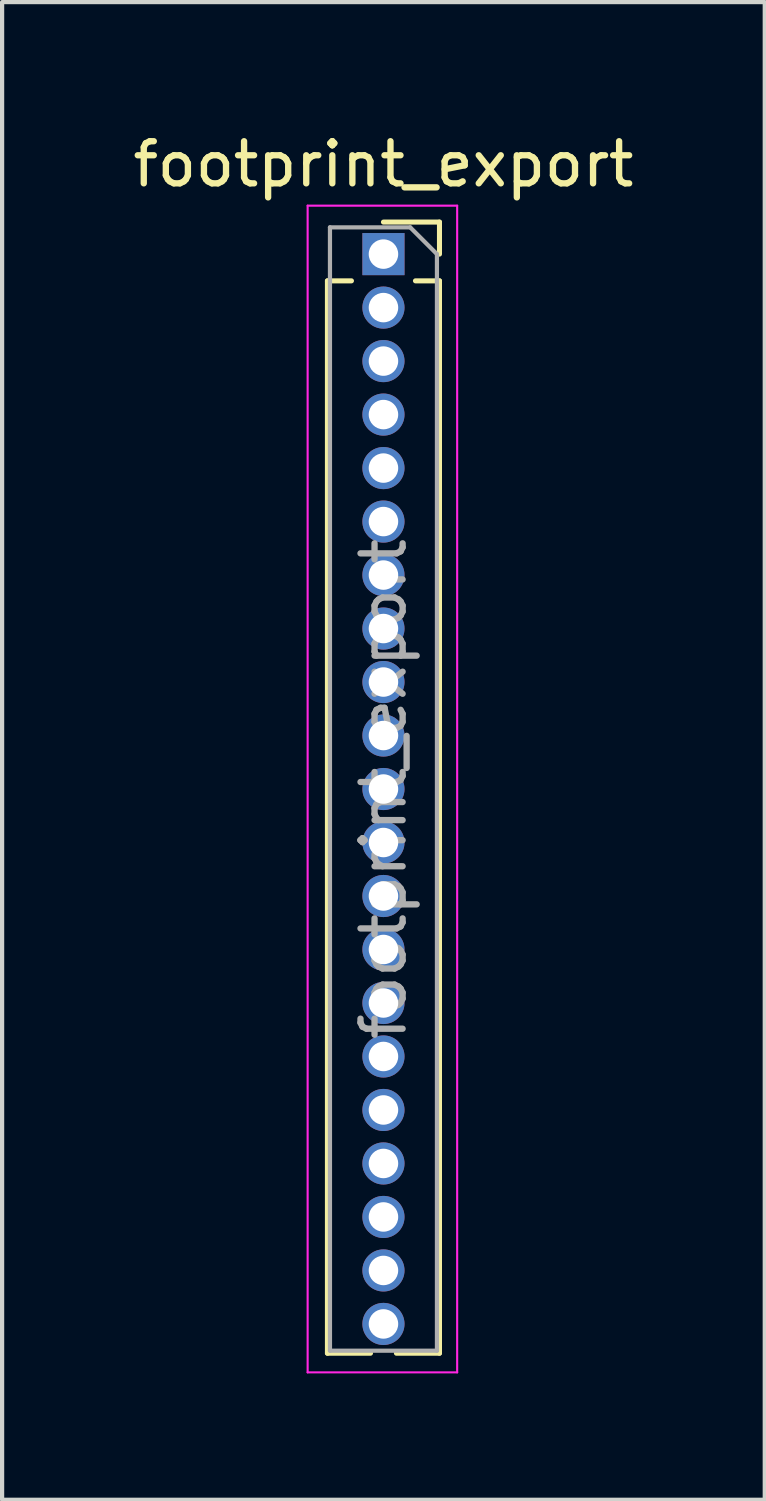
<source format=kicad_pcb>
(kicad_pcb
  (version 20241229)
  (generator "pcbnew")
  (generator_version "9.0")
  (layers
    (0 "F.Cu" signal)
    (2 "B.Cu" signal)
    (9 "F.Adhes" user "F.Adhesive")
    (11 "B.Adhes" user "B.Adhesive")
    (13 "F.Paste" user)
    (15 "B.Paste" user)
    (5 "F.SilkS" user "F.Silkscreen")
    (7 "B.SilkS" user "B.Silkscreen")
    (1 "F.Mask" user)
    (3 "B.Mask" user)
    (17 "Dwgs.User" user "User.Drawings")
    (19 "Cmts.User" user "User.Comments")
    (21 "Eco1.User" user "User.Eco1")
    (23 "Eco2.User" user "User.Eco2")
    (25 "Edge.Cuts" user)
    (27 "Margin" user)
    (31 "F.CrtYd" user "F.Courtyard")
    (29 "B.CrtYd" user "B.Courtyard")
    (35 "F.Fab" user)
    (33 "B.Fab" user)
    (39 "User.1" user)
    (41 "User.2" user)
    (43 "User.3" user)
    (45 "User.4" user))
  (footprint "footprint_export"
    (layer "F.Cu")
    (at 6.054 2.983)
    (property "Reference" "footprint_export" (at 0 -2.135 0) (layer "F.SilkS") (effects (font (size 1 1) (thickness 0.15))))
    (attr through_hole)
    (fp_line (start -1.33 0.635) (end -1.33 26.095) (stroke (width 0.12) (type solid)) (layer "F.SilkS"))
    (fp_line (start -1.33 0.635) (end -0.76 0.635) (stroke (width 0.12) (type solid)) (layer "F.SilkS"))
    (fp_line (start -1.33 26.095) (end -0.308 26.095) (stroke (width 0.12) (type solid)) (layer "F.SilkS"))
    (fp_line (start 0 -0.76) (end 1.33 -0.76) (stroke (width 0.12) (type solid)) (layer "F.SilkS"))
    (fp_line (start 0.308 26.095) (end 1.33 26.095) (stroke (width 0.12) (type solid)) (layer "F.SilkS"))
    (fp_line (start 0.76 0.635) (end 1.33 0.635) (stroke (width 0.12) (type solid)) (layer "F.SilkS"))
    (fp_line (start 1.33 -0.76) (end 1.33 0) (stroke (width 0.12) (type solid)) (layer "F.SilkS"))
    (fp_line (start 1.33 0.635) (end 1.33 26.095) (stroke (width 0.12) (type solid)) (layer "F.SilkS"))
    (fp_line (start -1.8 -1.15) (end 1.75 -1.15) (stroke (width 0.05) (type solid)) (layer "F.CrtYd"))
    (fp_line (start -1.8 26.55) (end -1.8 -1.15) (stroke (width 0.05) (type solid)) (layer "F.CrtYd"))
    (fp_line (start 1.75 -1.15) (end 1.75 26.55) (stroke (width 0.05) (type solid)) (layer "F.CrtYd"))
    (fp_line (start 1.75 26.55) (end -1.8 26.55) (stroke (width 0.05) (type solid)) (layer "F.CrtYd"))
    (fp_line (start -1.27 -0.635) (end 0.635 -0.635) (stroke (width 0.1) (type solid)) (layer "F.Fab"))
    (fp_line (start -1.27 26.035) (end -1.27 -0.635) (stroke (width 0.1) (type solid)) (layer "F.Fab"))
    (fp_line (start 0.635 -0.635) (end 1.27 0) (stroke (width 0.1) (type solid)) (layer "F.Fab"))
    (fp_line (start 1.27 0) (end 1.27 26.035) (stroke (width 0.1) (type solid)) (layer "F.Fab"))
    (fp_line (start 1.27 26.035) (end -1.27 26.035) (stroke (width 0.1) (type solid)) (layer "F.Fab"))
    (fp_text user "${REFERENCE}" (at 0 12.7 90) (layer "F.Fab") (effects (font (size 1 1) (thickness 0.15))))
    (pad "1" thru_hole rect (at 0 0) (size 1 1) (drill 0.7) (layers "*.Cu" "*.Mask"))
    (pad "2" thru_hole oval (at 0 1.27) (size 1 1) (drill 0.7) (layers "*.Cu" "*.Mask"))
    (pad "3" thru_hole oval (at 0 2.54) (size 1 1) (drill 0.7) (layers "*.Cu" "*.Mask"))
    (pad "4" thru_hole oval (at 0 3.81) (size 1 1) (drill 0.7) (layers "*.Cu" "*.Mask"))
    (pad "5" thru_hole oval (at 0 5.08) (size 1 1) (drill 0.7) (layers "*.Cu" "*.Mask"))
    (pad "6" thru_hole oval (at 0 6.35) (size 1 1) (drill 0.7) (layers "*.Cu" "*.Mask"))
    (pad "7" thru_hole oval (at 0 7.62) (size 1 1) (drill 0.7) (layers "*.Cu" "*.Mask"))
    (pad "8" thru_hole oval (at 0 8.89) (size 1 1) (drill 0.7) (layers "*.Cu" "*.Mask"))
    (pad "9" thru_hole oval (at 0 10.16) (size 1 1) (drill 0.7) (layers "*.Cu" "*.Mask"))
    (pad "10" thru_hole oval (at 0 11.43) (size 1 1) (drill 0.7) (layers "*.Cu" "*.Mask"))
    (pad "11" thru_hole oval (at 0 12.7) (size 1 1) (drill 0.7) (layers "*.Cu" "*.Mask"))
    (pad "12" thru_hole oval (at 0 13.97) (size 1 1) (drill 0.7) (layers "*.Cu" "*.Mask"))
    (pad "13" thru_hole oval (at 0 15.24) (size 1 1) (drill 0.7) (layers "*.Cu" "*.Mask"))
    (pad "14" thru_hole oval (at 0 16.51) (size 1 1) (drill 0.7) (layers "*.Cu" "*.Mask"))
    (pad "15" thru_hole oval (at 0 17.78) (size 1 1) (drill 0.7) (layers "*.Cu" "*.Mask"))
    (pad "16" thru_hole oval (at 0 19.05) (size 1 1) (drill 0.7) (layers "*.Cu" "*.Mask"))
    (pad "17" thru_hole oval (at 0 20.32) (size 1 1) (drill 0.7) (layers "*.Cu" "*.Mask"))
    (pad "18" thru_hole oval (at 0 21.59) (size 1 1) (drill 0.7) (layers "*.Cu" "*.Mask"))
    (pad "19" thru_hole oval (at 0 22.86) (size 1 1) (drill 0.7) (layers "*.Cu" "*.Mask"))
    (pad "20" thru_hole oval (at 0 24.13) (size 1 1) (drill 0.7) (layers "*.Cu" "*.Mask"))
    (pad "21" thru_hole oval (at 0 25.4) (size 1 1) (drill 0.7) (layers "*.Cu" "*.Mask")))
  (gr_rect
    (start -3 -3)
    (end 15.107 32.558)
    (stroke (width 0.1) (type default))
    (fill no)
    (layer "Edge.Cuts")))
</source>
